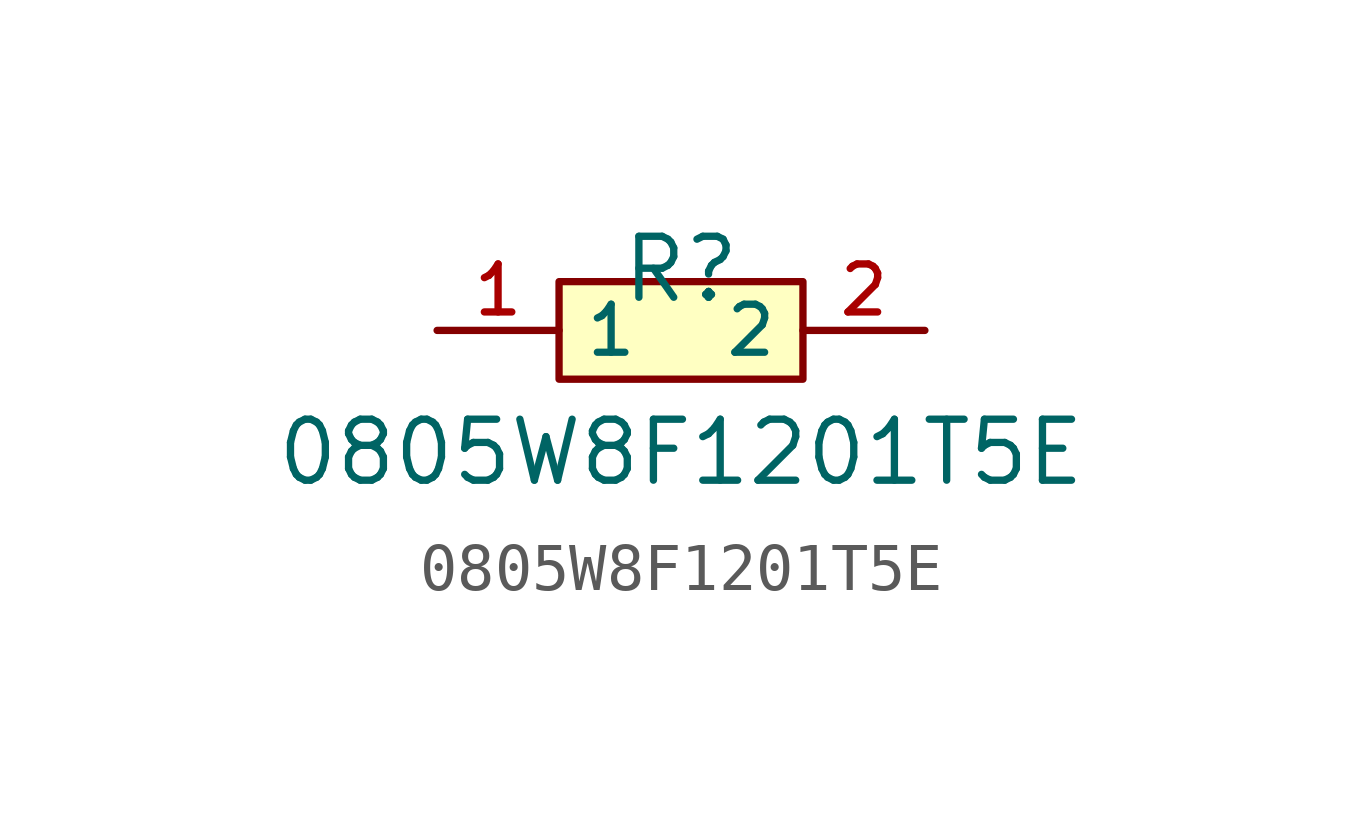
<source format=kicad_sym>
(kicad_symbol_lib
  (version 20210201)
  (generator TousstNicolas/JLC2KiCad_lib)
  (symbol "0805W8F1201T5E"
    (property "Reference" "R"
      (at 0 1.27 0)
      (effects (font (size 1.27 1.27))))
    (property "Value" "0805W8F1201T5E"
      (at 0 -2.54 0)
      (effects (font (size 1.27 1.27))))
    (symbol "0805W8F1201T5E_0_1"
      (pin input line (at 5.08 -0.0 180) (length 2.54) (name "2" (effects (font (size 1 1)))) (number "2" (effects (font (size 1 1)))))
      (pin input line (at -5.08 -0.0 0) (length 2.54) (name "1" (effects (font (size 1 1)))) (number "1" (effects (font (size 1 1)))))
      (rectangle (start -2.54 1.016) (end 2.54 -1.016) (stroke (width 0) (type default) (color 0 0 0 0)) (fill (type background))))))
</source>
